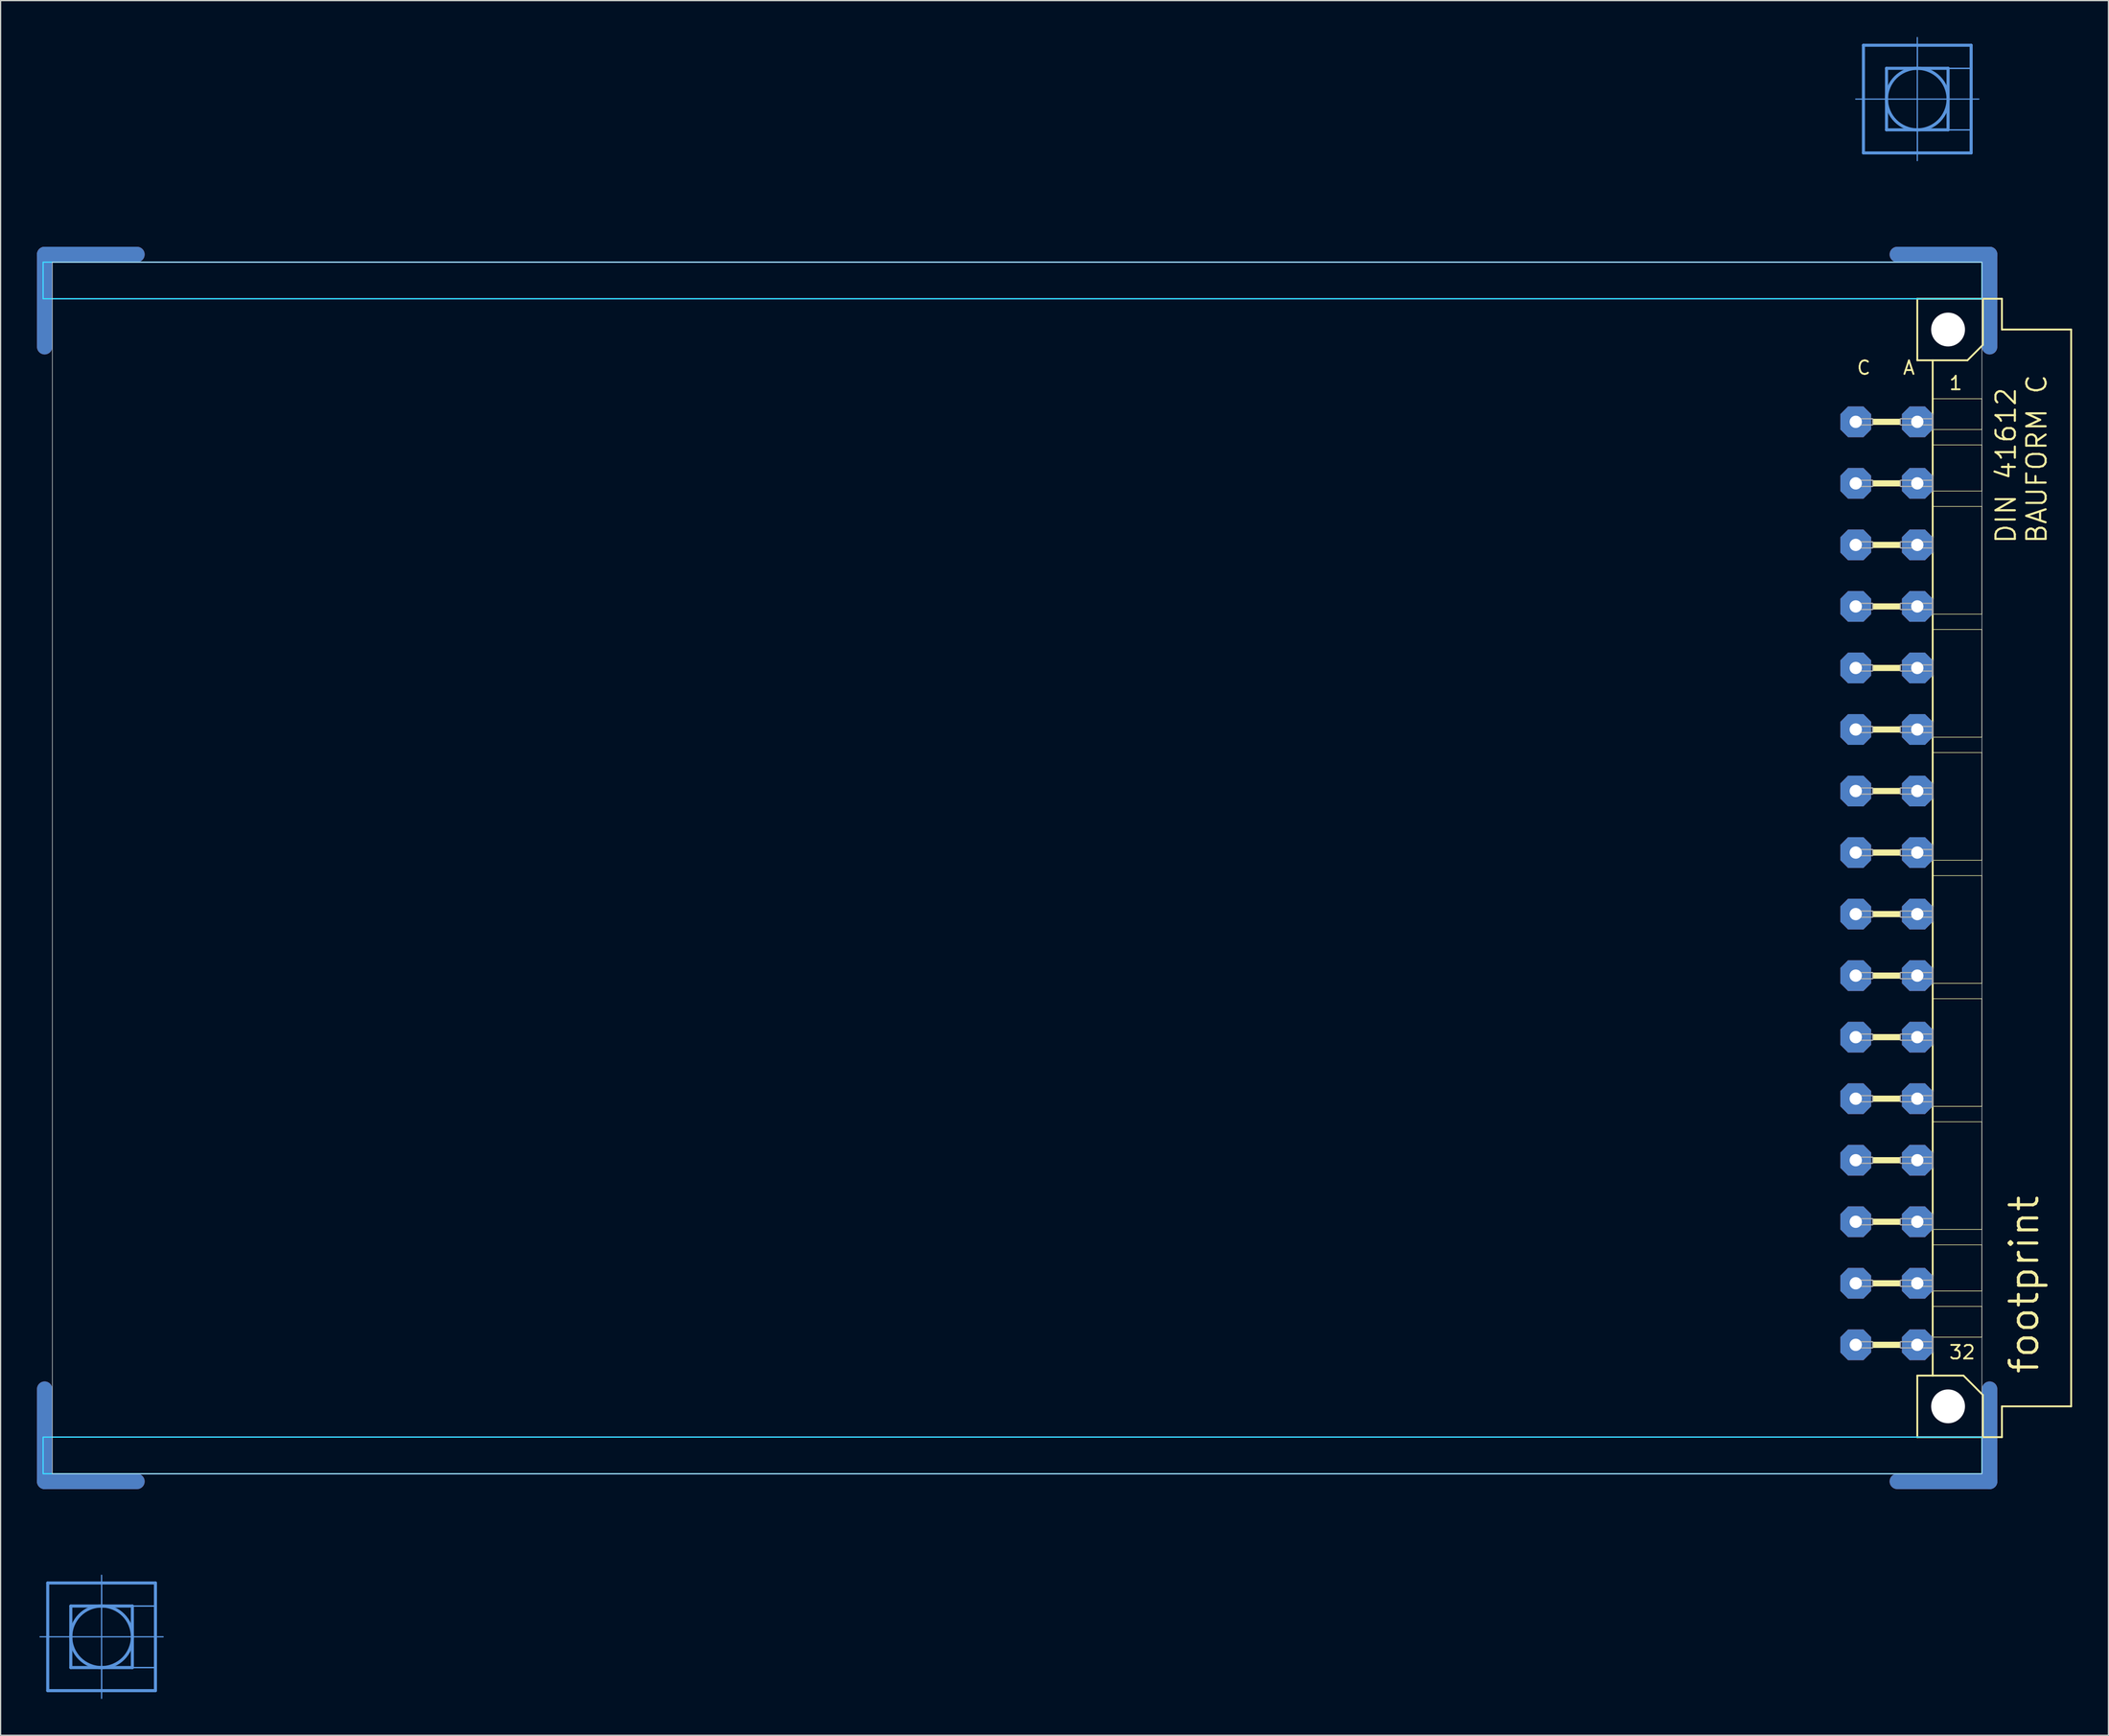
<source format=kicad_pcb>
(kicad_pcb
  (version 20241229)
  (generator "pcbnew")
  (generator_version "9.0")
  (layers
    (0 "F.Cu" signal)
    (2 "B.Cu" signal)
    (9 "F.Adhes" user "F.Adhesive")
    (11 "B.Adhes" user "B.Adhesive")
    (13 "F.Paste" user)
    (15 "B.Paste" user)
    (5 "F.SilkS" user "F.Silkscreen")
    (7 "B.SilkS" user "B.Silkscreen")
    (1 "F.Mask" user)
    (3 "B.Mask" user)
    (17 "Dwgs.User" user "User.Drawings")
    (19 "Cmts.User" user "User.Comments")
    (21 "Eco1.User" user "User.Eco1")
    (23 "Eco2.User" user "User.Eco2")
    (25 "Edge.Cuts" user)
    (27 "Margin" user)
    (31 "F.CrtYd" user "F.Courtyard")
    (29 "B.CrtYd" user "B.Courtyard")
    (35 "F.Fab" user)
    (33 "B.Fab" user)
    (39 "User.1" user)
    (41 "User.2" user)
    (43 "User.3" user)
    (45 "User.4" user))
  (footprint "footprint"
    (layer "F.Cu")
    (at 0.254 68.605)
    (property "Reference" "footprint" (at 165.1 41.91 90) (layer "F.SilkS") (effects (font (size 2.286 2.286) (thickness 0.254)) (justify left bottom)))
    (fp_line (start 0.381 -43.028) (end 0.381 -50.648) (stroke (width 1.27) (type solid)) (layer "F.Cu"))
    (fp_line (start 0.381 43.028) (end 0.381 50.648) (stroke (width 1.27) (type solid)) (layer "F.Cu"))
    (fp_line (start 8.001 -50.648) (end 0.381 -50.648) (stroke (width 1.27) (type solid)) (layer "F.Cu"))
    (fp_line (start 8.001 50.648) (end 0.381 50.648) (stroke (width 1.27) (type solid)) (layer "F.Cu"))
    (fp_line (start 153.289 -50.648) (end 160.909 -50.648) (stroke (width 1.27) (type solid)) (layer "F.Cu"))
    (fp_line (start 153.289 50.648) (end 160.909 50.648) (stroke (width 1.27) (type solid)) (layer "F.Cu"))
    (fp_line (start 160.909 -43.028) (end 160.909 -50.648) (stroke (width 1.27) (type solid)) (layer "F.Cu"))
    (fp_line (start 160.909 43.028) (end 160.909 50.648) (stroke (width 1.27) (type solid)) (layer "F.Cu"))
    (fp_line (start 1.016 -42.393) (end 1.016 -50.013) (stroke (width 0.152) (type solid)) (layer "F.Mask"))
    (fp_line (start 1.016 42.393) (end 1.016 50.013) (stroke (width 0.152) (type solid)) (layer "F.Mask"))
    (fp_line (start 8.636 -50.013) (end 1.016 -50.013) (stroke (width 0.152) (type solid)) (layer "F.Mask"))
    (fp_line (start 8.636 50.013) (end 1.016 50.013) (stroke (width 0.152) (type solid)) (layer "F.Mask"))
    (fp_line (start 152.654 -50.013) (end 160.274 -50.013) (stroke (width 0.152) (type solid)) (layer "F.Mask"))
    (fp_line (start 152.654 50.013) (end 160.274 50.013) (stroke (width 0.152) (type solid)) (layer "F.Mask"))
    (fp_line (start 160.274 -42.393) (end 160.274 -50.013) (stroke (width 0.152) (type solid)) (layer "F.Mask"))
    (fp_line (start 160.274 42.393) (end 160.274 50.013) (stroke (width 0.152) (type solid)) (layer "F.Mask"))
    (fp_line (start 0.381 -43.028) (end 0.381 -50.648) (stroke (width 1.27) (type solid)) (layer "B.Cu"))
    (fp_line (start 0.381 43.028) (end 0.381 50.648) (stroke (width 1.27) (type solid)) (layer "B.Cu"))
    (fp_line (start 8.001 -50.648) (end 0.381 -50.648) (stroke (width 1.27) (type solid)) (layer "B.Cu"))
    (fp_line (start 8.001 50.648) (end 0.381 50.648) (stroke (width 1.27) (type solid)) (layer "B.Cu"))
    (fp_line (start 153.289 -50.648) (end 160.909 -50.648) (stroke (width 1.27) (type solid)) (layer "B.Cu"))
    (fp_line (start 153.289 50.648) (end 160.909 50.648) (stroke (width 1.27) (type solid)) (layer "B.Cu"))
    (fp_line (start 160.909 -43.028) (end 160.909 -50.648) (stroke (width 1.27) (type solid)) (layer "B.Cu"))
    (fp_line (start 160.909 43.028) (end 160.909 50.648) (stroke (width 1.27) (type solid)) (layer "B.Cu"))
    (fp_line (start 1.016 -50.013) (end 8.636 -50.013) (stroke (width 0.152) (type solid)) (layer "B.Mask"))
    (fp_line (start 1.016 -42.393) (end 1.016 -50.013) (stroke (width 0.152) (type solid)) (layer "B.Mask"))
    (fp_line (start 1.016 50.013) (end 1.016 42.393) (stroke (width 0.152) (type solid)) (layer "B.Mask"))
    (fp_line (start 8.636 50.013) (end 1.016 50.013) (stroke (width 0.152) (type solid)) (layer "B.Mask"))
    (fp_line (start 152.654 -50.013) (end 160.274 -50.013) (stroke (width 0.152) (type solid)) (layer "B.Mask"))
    (fp_line (start 160.274 -50.013) (end 160.274 -42.393) (stroke (width 0.152) (type solid)) (layer "B.Mask"))
    (fp_line (start 160.274 42.393) (end 160.274 50.013) (stroke (width 0.152) (type solid)) (layer "B.Mask"))
    (fp_line (start 160.274 50.013) (end 152.654 50.013) (stroke (width 0.152) (type solid)) (layer "B.Mask"))
    (fp_line (start 154.94 -46.99) (end 154.94 -41.91) (stroke (width 0.152) (type solid)) (layer "F.SilkS"))
    (fp_line (start 154.94 -41.91) (end 156.21 -41.91) (stroke (width 0.152) (type solid)) (layer "F.SilkS"))
    (fp_line (start 154.94 41.91) (end 154.94 46.99) (stroke (width 0.152) (type solid)) (layer "F.SilkS"))
    (fp_line (start 154.94 41.91) (end 156.21 41.91) (stroke (width 0.152) (type solid)) (layer "F.SilkS"))
    (fp_line (start 154.94 46.99) (end 160.35 46.99) (stroke (width 0.152) (type solid)) (layer "F.SilkS"))
    (fp_line (start 156.21 -41.91) (end 156.21 -38.735) (stroke (width 0.152) (type solid)) (layer "F.SilkS"))
    (fp_line (start 156.21 -41.91) (end 159.08 -41.91) (stroke (width 0.152) (type solid)) (layer "F.SilkS"))
    (fp_line (start 156.21 -38.735) (end 156.21 -37.465) (stroke (width 0.152) (type solid)) (layer "F.SilkS"))
    (fp_line (start 156.21 -36.195) (end 156.21 -34.925) (stroke (width 0.152) (type solid)) (layer "F.SilkS"))
    (fp_line (start 156.21 -32.385) (end 156.21 -34.925) (stroke (width 0.152) (type solid)) (layer "F.SilkS"))
    (fp_line (start 156.21 -31.115) (end 156.21 -29.845) (stroke (width 0.152) (type solid)) (layer "F.SilkS"))
    (fp_line (start 156.21 -27.305) (end 156.21 -29.845) (stroke (width 0.152) (type solid)) (layer "F.SilkS"))
    (fp_line (start 156.21 -22.225) (end 156.21 -26.035) (stroke (width 0.152) (type solid)) (layer "F.SilkS"))
    (fp_line (start 156.21 -20.955) (end 156.21 -19.685) (stroke (width 0.152) (type solid)) (layer "F.SilkS"))
    (fp_line (start 156.21 -17.145) (end 156.21 -19.685) (stroke (width 0.152) (type solid)) (layer "F.SilkS"))
    (fp_line (start 156.21 -12.065) (end 156.21 -15.875) (stroke (width 0.152) (type solid)) (layer "F.SilkS"))
    (fp_line (start 156.21 -10.795) (end 156.21 -9.525) (stroke (width 0.152) (type solid)) (layer "F.SilkS"))
    (fp_line (start 156.21 -6.985) (end 156.21 -9.525) (stroke (width 0.152) (type solid)) (layer "F.SilkS"))
    (fp_line (start 156.21 -1.905) (end 156.21 -5.715) (stroke (width 0.152) (type solid)) (layer "F.SilkS"))
    (fp_line (start 156.21 -0.635) (end 156.21 0.635) (stroke (width 0.152) (type solid)) (layer "F.SilkS"))
    (fp_line (start 156.21 3.175) (end 156.21 0.635) (stroke (width 0.152) (type solid)) (layer "F.SilkS"))
    (fp_line (start 156.21 8.255) (end 156.21 4.445) (stroke (width 0.152) (type solid)) (layer "F.SilkS"))
    (fp_line (start 156.21 9.525) (end 156.21 10.795) (stroke (width 0.152) (type solid)) (layer "F.SilkS"))
    (fp_line (start 156.21 13.335) (end 156.21 10.795) (stroke (width 0.152) (type solid)) (layer "F.SilkS"))
    (fp_line (start 156.21 18.415) (end 156.21 14.605) (stroke (width 0.152) (type solid)) (layer "F.SilkS"))
    (fp_line (start 156.21 19.685) (end 156.21 20.955) (stroke (width 0.152) (type solid)) (layer "F.SilkS"))
    (fp_line (start 156.21 23.495) (end 156.21 20.955) (stroke (width 0.152) (type solid)) (layer "F.SilkS"))
    (fp_line (start 156.21 28.575) (end 156.21 24.765) (stroke (width 0.152) (type solid)) (layer "F.SilkS"))
    (fp_line (start 156.21 29.845) (end 156.21 31.115) (stroke (width 0.152) (type solid)) (layer "F.SilkS"))
    (fp_line (start 156.21 33.655) (end 156.21 31.115) (stroke (width 0.152) (type solid)) (layer "F.SilkS"))
    (fp_line (start 156.21 34.925) (end 156.21 36.195) (stroke (width 0.152) (type solid)) (layer "F.SilkS"))
    (fp_line (start 156.21 36.195) (end 156.21 38.735) (stroke (width 0.152) (type solid)) (layer "F.SilkS"))
    (fp_line (start 156.21 40.005) (end 156.21 41.91) (stroke (width 0.152) (type solid)) (layer "F.SilkS"))
    (fp_line (start 156.21 41.91) (end 158.75 41.91) (stroke (width 0.152) (type solid)) (layer "F.SilkS"))
    (fp_line (start 159.08 -41.91) (end 160.35 -43.18) (stroke (width 0.152) (type solid)) (layer "F.SilkS"))
    (fp_line (start 160.274 -38.735) (end 156.21 -38.735) (stroke (width 0.051) (type solid)) (layer "F.SilkS"))
    (fp_line (start 160.274 -38.735) (end 160.274 -36.195) (stroke (width 0.051) (type solid)) (layer "F.SilkS"))
    (fp_line (start 160.274 -36.195) (end 156.21 -36.195) (stroke (width 0.051) (type solid)) (layer "F.SilkS"))
    (fp_line (start 160.274 -34.925) (end 156.21 -34.925) (stroke (width 0.051) (type solid)) (layer "F.SilkS"))
    (fp_line (start 160.274 -34.925) (end 160.274 -31.115) (stroke (width 0.051) (type solid)) (layer "F.SilkS"))
    (fp_line (start 160.274 -31.115) (end 156.21 -31.115) (stroke (width 0.051) (type solid)) (layer "F.SilkS"))
    (fp_line (start 160.274 -29.845) (end 156.21 -29.845) (stroke (width 0.051) (type solid)) (layer "F.SilkS"))
    (fp_line (start 160.274 -29.845) (end 160.274 -20.955) (stroke (width 0.051) (type solid)) (layer "F.SilkS"))
    (fp_line (start 160.274 -20.955) (end 156.21 -20.955) (stroke (width 0.051) (type solid)) (layer "F.SilkS"))
    (fp_line (start 160.274 -19.685) (end 156.21 -19.685) (stroke (width 0.051) (type solid)) (layer "F.SilkS"))
    (fp_line (start 160.274 -19.685) (end 160.274 -10.795) (stroke (width 0.051) (type solid)) (layer "F.SilkS"))
    (fp_line (start 160.274 -10.795) (end 156.21 -10.795) (stroke (width 0.051) (type solid)) (layer "F.SilkS"))
    (fp_line (start 160.274 -9.525) (end 156.21 -9.525) (stroke (width 0.051) (type solid)) (layer "F.SilkS"))
    (fp_line (start 160.274 -9.525) (end 160.274 -0.635) (stroke (width 0.051) (type solid)) (layer "F.SilkS"))
    (fp_line (start 160.274 -0.635) (end 156.21 -0.635) (stroke (width 0.051) (type solid)) (layer "F.SilkS"))
    (fp_line (start 160.274 0.635) (end 156.21 0.635) (stroke (width 0.051) (type solid)) (layer "F.SilkS"))
    (fp_line (start 160.274 0.635) (end 160.274 9.525) (stroke (width 0.051) (type solid)) (layer "F.SilkS"))
    (fp_line (start 160.274 9.525) (end 156.21 9.525) (stroke (width 0.051) (type solid)) (layer "F.SilkS"))
    (fp_line (start 160.274 10.795) (end 156.21 10.795) (stroke (width 0.051) (type solid)) (layer "F.SilkS"))
    (fp_line (start 160.274 10.795) (end 160.274 19.685) (stroke (width 0.051) (type solid)) (layer "F.SilkS"))
    (fp_line (start 160.274 19.685) (end 156.21 19.685) (stroke (width 0.051) (type solid)) (layer "F.SilkS"))
    (fp_line (start 160.274 20.955) (end 156.21 20.955) (stroke (width 0.051) (type solid)) (layer "F.SilkS"))
    (fp_line (start 160.274 20.955) (end 160.274 29.845) (stroke (width 0.051) (type solid)) (layer "F.SilkS"))
    (fp_line (start 160.274 29.845) (end 156.21 29.845) (stroke (width 0.051) (type solid)) (layer "F.SilkS"))
    (fp_line (start 160.274 31.115) (end 156.21 31.115) (stroke (width 0.051) (type solid)) (layer "F.SilkS"))
    (fp_line (start 160.274 31.115) (end 160.274 34.925) (stroke (width 0.051) (type solid)) (layer "F.SilkS"))
    (fp_line (start 160.274 34.925) (end 156.21 34.925) (stroke (width 0.051) (type solid)) (layer "F.SilkS"))
    (fp_line (start 160.274 36.195) (end 156.21 36.195) (stroke (width 0.051) (type solid)) (layer "F.SilkS"))
    (fp_line (start 160.274 36.195) (end 160.274 38.735) (stroke (width 0.051) (type solid)) (layer "F.SilkS"))
    (fp_line (start 160.274 38.735) (end 156.21 38.735) (stroke (width 0.051) (type solid)) (layer "F.SilkS"))
    (fp_line (start 160.35 -46.99) (end 154.94 -46.99) (stroke (width 0.152) (type solid)) (layer "F.SilkS"))
    (fp_line (start 160.35 -43.18) (end 160.35 -46.99) (stroke (width 0.152) (type solid)) (layer "F.SilkS"))
    (fp_line (start 160.35 43.51) (end 158.75 41.91) (stroke (width 0.152) (type solid)) (layer "F.SilkS"))
    (fp_line (start 160.35 43.51) (end 160.35 46.99) (stroke (width 0.152) (type solid)) (layer "F.SilkS"))
    (fp_line (start 160.35 46.99) (end 161.925 46.99) (stroke (width 0.152) (type solid)) (layer "F.SilkS"))
    (fp_line (start 161.925 -46.99) (end 160.35 -46.99) (stroke (width 0.152) (type solid)) (layer "F.SilkS"))
    (fp_line (start 161.925 -44.45) (end 161.925 -46.99) (stroke (width 0.152) (type solid)) (layer "F.SilkS"))
    (fp_line (start 161.925 44.45) (end 167.64 44.45) (stroke (width 0.152) (type solid)) (layer "F.SilkS"))
    (fp_line (start 161.925 46.99) (end 161.925 44.45) (stroke (width 0.152) (type solid)) (layer "F.SilkS"))
    (fp_line (start 167.64 -44.45) (end 161.925 -44.45) (stroke (width 0.152) (type solid)) (layer "F.SilkS"))
    (fp_line (start 167.64 44.45) (end 167.64 -44.45) (stroke (width 0.152) (type solid)) (layer "F.SilkS"))
    (fp_circle (center 157.48 -44.45) (end 158.75 -44.45) (stroke (width 0.152) (type solid)) (fill no) (layer "F.SilkS"))
    (fp_circle (center 157.48 44.45) (end 158.75 44.45) (stroke (width 0.152) (type solid)) (fill no) (layer "F.SilkS"))
    (fp_poly (pts (xy 151.257 -36.576) (xy 153.543 -36.576) (xy 153.543 -37.084) (xy 151.257 -37.084)) (stroke (width 0) (type solid)) (fill yes) (layer "F.SilkS"))
    (fp_poly (pts (xy 151.257 -31.496) (xy 153.543 -31.496) (xy 153.543 -32.004) (xy 151.257 -32.004)) (stroke (width 0) (type solid)) (fill yes) (layer "F.SilkS"))
    (fp_poly (pts (xy 151.257 -26.416) (xy 153.543 -26.416) (xy 153.543 -26.924) (xy 151.257 -26.924)) (stroke (width 0) (type solid)) (fill yes) (layer "F.SilkS"))
    (fp_poly (pts (xy 151.257 -21.336) (xy 153.543 -21.336) (xy 153.543 -21.844) (xy 151.257 -21.844)) (stroke (width 0) (type solid)) (fill yes) (layer "F.SilkS"))
    (fp_poly (pts (xy 151.257 -16.256) (xy 153.543 -16.256) (xy 153.543 -16.764) (xy 151.257 -16.764)) (stroke (width 0) (type solid)) (fill yes) (layer "F.SilkS"))
    (fp_poly (pts (xy 151.257 -11.176) (xy 153.543 -11.176) (xy 153.543 -11.684) (xy 151.257 -11.684)) (stroke (width 0) (type solid)) (fill yes) (layer "F.SilkS"))
    (fp_poly (pts (xy 151.257 -6.096) (xy 153.543 -6.096) (xy 153.543 -6.604) (xy 151.257 -6.604)) (stroke (width 0) (type solid)) (fill yes) (layer "F.SilkS"))
    (fp_poly (pts (xy 151.257 -1.016) (xy 153.543 -1.016) (xy 153.543 -1.524) (xy 151.257 -1.524)) (stroke (width 0) (type solid)) (fill yes) (layer "F.SilkS"))
    (fp_poly (pts (xy 151.257 4.064) (xy 153.543 4.064) (xy 153.543 3.556) (xy 151.257 3.556)) (stroke (width 0) (type solid)) (fill yes) (layer "F.SilkS"))
    (fp_poly (pts (xy 151.257 9.144) (xy 153.543 9.144) (xy 153.543 8.636) (xy 151.257 8.636)) (stroke (width 0) (type solid)) (fill yes) (layer "F.SilkS"))
    (fp_poly (pts (xy 151.257 14.224) (xy 153.543 14.224) (xy 153.543 13.716) (xy 151.257 13.716)) (stroke (width 0) (type solid)) (fill yes) (layer "F.SilkS"))
    (fp_poly (pts (xy 151.257 19.304) (xy 153.543 19.304) (xy 153.543 18.796) (xy 151.257 18.796)) (stroke (width 0) (type solid)) (fill yes) (layer "F.SilkS"))
    (fp_poly (pts (xy 151.257 24.384) (xy 153.543 24.384) (xy 153.543 23.876) (xy 151.257 23.876)) (stroke (width 0) (type solid)) (fill yes) (layer "F.SilkS"))
    (fp_poly (pts (xy 151.257 29.464) (xy 153.543 29.464) (xy 153.543 28.956) (xy 151.257 28.956)) (stroke (width 0) (type solid)) (fill yes) (layer "F.SilkS"))
    (fp_poly (pts (xy 151.257 34.544) (xy 153.543 34.544) (xy 153.543 34.036) (xy 151.257 34.036)) (stroke (width 0) (type solid)) (fill yes) (layer "F.SilkS"))
    (fp_poly (pts (xy 151.257 39.624) (xy 153.543 39.624) (xy 153.543 39.116) (xy 151.257 39.116)) (stroke (width 0) (type solid)) (fill yes) (layer "F.SilkS"))
    (fp_line (start 0 63.475) (end 0.635 63.475) (stroke (width 0.102) (type solid)) (layer "Cmts.User"))
    (fp_line (start 0.635 59.03) (end 9.525 59.03) (stroke (width 0.254) (type solid)) (layer "Cmts.User"))
    (fp_line (start 0.635 63.475) (end 0.635 59.03) (stroke (width 0.254) (type solid)) (layer "Cmts.User"))
    (fp_line (start 0.635 63.475) (end 10.16 63.475) (stroke (width 0.102) (type solid)) (layer "Cmts.User"))
    (fp_line (start 0.635 67.92) (end 0.635 63.475) (stroke (width 0.254) (type solid)) (layer "Cmts.User"))
    (fp_line (start 2.54 60.935) (end 2.54 66.015) (stroke (width 0.254) (type solid)) (layer "Cmts.User"))
    (fp_line (start 2.54 66.015) (end 7.62 66.015) (stroke (width 0.254) (type solid)) (layer "Cmts.User"))
    (fp_line (start 5.08 68.555) (end 5.08 58.395) (stroke (width 0.102) (type solid)) (layer "Cmts.User"))
    (fp_line (start 7.62 60.935) (end 2.54 60.935) (stroke (width 0.254) (type solid)) (layer "Cmts.User"))
    (fp_line (start 7.62 66.015) (end 7.62 60.935) (stroke (width 0.254) (type solid)) (layer "Cmts.User"))
    (fp_line (start 9.525 59.03) (end 9.525 67.92) (stroke (width 0.254) (type solid)) (layer "Cmts.User"))
    (fp_line (start 9.525 67.92) (end 0.635 67.92) (stroke (width 0.254) (type solid)) (layer "Cmts.User"))
    (fp_line (start 149.86 -63.475) (end 150.495 -63.475) (stroke (width 0.102) (type solid)) (layer "Cmts.User"))
    (fp_line (start 150.495 -67.92) (end 159.385 -67.92) (stroke (width 0.254) (type solid)) (layer "Cmts.User"))
    (fp_line (start 150.495 -63.475) (end 150.495 -67.92) (stroke (width 0.254) (type solid)) (layer "Cmts.User"))
    (fp_line (start 150.495 -63.475) (end 160.02 -63.475) (stroke (width 0.102) (type solid)) (layer "Cmts.User"))
    (fp_line (start 150.495 -59.03) (end 150.495 -63.475) (stroke (width 0.254) (type solid)) (layer "Cmts.User"))
    (fp_line (start 152.4 -66.015) (end 152.4 -60.935) (stroke (width 0.254) (type solid)) (layer "Cmts.User"))
    (fp_line (start 152.4 -60.935) (end 157.48 -60.935) (stroke (width 0.254) (type solid)) (layer "Cmts.User"))
    (fp_line (start 154.94 -58.395) (end 154.94 -68.555) (stroke (width 0.102) (type solid)) (layer "Cmts.User"))
    (fp_line (start 157.48 -66.015) (end 152.4 -66.015) (stroke (width 0.254) (type solid)) (layer "Cmts.User"))
    (fp_line (start 157.48 -60.935) (end 157.48 -66.015) (stroke (width 0.254) (type solid)) (layer "Cmts.User"))
    (fp_line (start 159.385 -67.92) (end 159.385 -59.03) (stroke (width 0.254) (type solid)) (layer "Cmts.User"))
    (fp_line (start 159.385 -59.03) (end 150.495 -59.03) (stroke (width 0.254) (type solid)) (layer "Cmts.User"))
    (fp_circle (center 5.08 63.475) (end 7.62 63.475) (stroke (width 0.254) (type solid)) (fill no) (layer "Cmts.User"))
    (fp_circle (center 154.94 -63.475) (end 157.48 -63.475) (stroke (width 0.254) (type solid)) (fill no) (layer "Cmts.User"))
    (fp_poly (pts (xy 5.08 60.935) (xy 9.525 60.935) (xy 9.525 59.03) (xy 5.08 59.03)) (stroke (width 0.1) (type solid)) (fill no) (layer "Cmts.User"))
    (fp_poly (pts (xy 5.08 67.92) (xy 9.525 67.92) (xy 9.525 66.015) (xy 5.08 66.015)) (stroke (width 0.1) (type solid)) (fill no) (layer "Cmts.User"))
    (fp_poly (pts (xy 7.62 66.015) (xy 9.525 66.015) (xy 9.525 60.935) (xy 7.62 60.935)) (stroke (width 0.1) (type solid)) (fill no) (layer "Cmts.User"))
    (fp_poly (pts (xy 154.94 -66.015) (xy 159.385 -66.015) (xy 159.385 -67.92) (xy 154.94 -67.92)) (stroke (width 0.1) (type solid)) (fill no) (layer "Cmts.User"))
    (fp_poly (pts (xy 154.94 -59.03) (xy 159.385 -59.03) (xy 159.385 -60.935) (xy 154.94 -60.935)) (stroke (width 0.1) (type solid)) (fill no) (layer "Cmts.User"))
    (fp_poly (pts (xy 157.48 -60.935) (xy 159.385 -60.935) (xy 159.385 -66.015) (xy 157.48 -66.015)) (stroke (width 0.1) (type solid)) (fill no) (layer "Cmts.User"))
    (fp_line (start 1.016 -50.013) (end 1.016 50.013) (stroke (width 0.05) (type solid)) (layer "Edge.Cuts"))
    (fp_line (start 1.016 50.013) (end 160.274 50.013) (stroke (width 0.05) (type solid)) (layer "Edge.Cuts"))
    (fp_line (start 160.274 -50.013) (end 1.016 -50.013) (stroke (width 0.05) (type solid)) (layer "Edge.Cuts"))
    (fp_line (start 160.274 50.013) (end 160.274 -50.013) (stroke (width 0.05) (type solid)) (layer "Edge.Cuts"))
    (fp_line (start 160.274 -50.013) (end 160.274 -46.99) (stroke (width 0.051) (type solid)) (layer "B.CrtYd"))
    (fp_line (start 160.274 50.013) (end 160.274 46.99) (stroke (width 0.051) (type solid)) (layer "B.CrtYd"))
    (fp_poly (pts (xy 0.254 -46.99) (xy 160.274 -46.99) (xy 160.274 -50.013) (xy 0.254 -50.013)) (stroke (width 0.1) (type solid)) (fill no) (layer "B.CrtYd"))
    (fp_poly (pts (xy 0.254 50.013) (xy 160.274 50.013) (xy 160.274 46.99) (xy 0.254 46.99)) (stroke (width 0.1) (type solid)) (fill no) (layer "B.CrtYd"))
    (fp_line (start 160.274 -50.013) (end 160.274 -46.99) (stroke (width 0.051) (type solid)) (layer "F.CrtYd"))
    (fp_line (start 160.274 50.013) (end 160.274 46.99) (stroke (width 0.051) (type solid)) (layer "F.CrtYd"))
    (fp_poly (pts (xy 0.254 -46.99) (xy 160.274 -46.99) (xy 160.274 -50.013) (xy 0.254 -50.013)) (stroke (width 0.1) (type solid)) (fill no) (layer "F.CrtYd"))
    (fp_poly (pts (xy 0.254 50.013) (xy 160.274 50.013) (xy 160.274 46.99) (xy 0.254 46.99)) (stroke (width 0.1) (type solid)) (fill no) (layer "F.CrtYd"))
    (fp_line (start 156.21 -36.195) (end 156.21 -37.465) (stroke (width 0.152) (type solid)) (layer "F.Fab"))
    (fp_line (start 156.21 -31.115) (end 156.21 -32.385) (stroke (width 0.152) (type solid)) (layer "F.Fab"))
    (fp_line (start 156.21 -26.035) (end 156.21 -27.305) (stroke (width 0.152) (type solid)) (layer "F.Fab"))
    (fp_line (start 156.21 -20.955) (end 156.21 -22.225) (stroke (width 0.152) (type solid)) (layer "F.Fab"))
    (fp_line (start 156.21 -15.875) (end 156.21 -17.145) (stroke (width 0.152) (type solid)) (layer "F.Fab"))
    (fp_line (start 156.21 -10.795) (end 156.21 -12.065) (stroke (width 0.152) (type solid)) (layer "F.Fab"))
    (fp_line (start 156.21 -5.715) (end 156.21 -6.985) (stroke (width 0.152) (type solid)) (layer "F.Fab"))
    (fp_line (start 156.21 -0.635) (end 156.21 -1.905) (stroke (width 0.152) (type solid)) (layer "F.Fab"))
    (fp_line (start 156.21 4.445) (end 156.21 3.175) (stroke (width 0.152) (type solid)) (layer "F.Fab"))
    (fp_line (start 156.21 9.525) (end 156.21 8.255) (stroke (width 0.152) (type solid)) (layer "F.Fab"))
    (fp_line (start 156.21 14.605) (end 156.21 13.335) (stroke (width 0.152) (type solid)) (layer "F.Fab"))
    (fp_line (start 156.21 19.685) (end 156.21 18.415) (stroke (width 0.152) (type solid)) (layer "F.Fab"))
    (fp_line (start 156.21 24.765) (end 156.21 23.495) (stroke (width 0.152) (type solid)) (layer "F.Fab"))
    (fp_line (start 156.21 29.845) (end 156.21 28.575) (stroke (width 0.152) (type solid)) (layer "F.Fab"))
    (fp_line (start 156.21 34.925) (end 156.21 33.655) (stroke (width 0.152) (type solid)) (layer "F.Fab"))
    (fp_line (start 156.21 40.005) (end 156.21 38.735) (stroke (width 0.152) (type solid)) (layer "F.Fab"))
    (fp_poly (pts (xy 149.606 -36.576) (xy 151.257 -36.576) (xy 151.257 -37.084) (xy 149.606 -37.084)) (stroke (width 0.1) (type solid)) (fill no) (layer "F.Fab"))
    (fp_poly (pts (xy 149.606 -31.496) (xy 151.257 -31.496) (xy 151.257 -32.004) (xy 149.606 -32.004)) (stroke (width 0.1) (type solid)) (fill no) (layer "F.Fab"))
    (fp_poly (pts (xy 149.606 -26.416) (xy 151.257 -26.416) (xy 151.257 -26.924) (xy 149.606 -26.924)) (stroke (width 0.1) (type solid)) (fill no) (layer "F.Fab"))
    (fp_poly (pts (xy 149.606 -21.336) (xy 151.257 -21.336) (xy 151.257 -21.844) (xy 149.606 -21.844)) (stroke (width 0.1) (type solid)) (fill no) (layer "F.Fab"))
    (fp_poly (pts (xy 149.606 -16.256) (xy 151.257 -16.256) (xy 151.257 -16.764) (xy 149.606 -16.764)) (stroke (width 0.1) (type solid)) (fill no) (layer "F.Fab"))
    (fp_poly (pts (xy 149.606 -11.176) (xy 151.257 -11.176) (xy 151.257 -11.684) (xy 149.606 -11.684)) (stroke (width 0.1) (type solid)) (fill no) (layer "F.Fab"))
    (fp_poly (pts (xy 149.606 -6.096) (xy 151.257 -6.096) (xy 151.257 -6.604) (xy 149.606 -6.604)) (stroke (width 0.1) (type solid)) (fill no) (layer "F.Fab"))
    (fp_poly (pts (xy 149.606 -1.016) (xy 151.257 -1.016) (xy 151.257 -1.524) (xy 149.606 -1.524)) (stroke (width 0.1) (type solid)) (fill no) (layer "F.Fab"))
    (fp_poly (pts (xy 149.606 4.064) (xy 151.257 4.064) (xy 151.257 3.556) (xy 149.606 3.556)) (stroke (width 0.1) (type solid)) (fill no) (layer "F.Fab"))
    (fp_poly (pts (xy 149.606 9.144) (xy 151.257 9.144) (xy 151.257 8.636) (xy 149.606 8.636)) (stroke (width 0.1) (type solid)) (fill no) (layer "F.Fab"))
    (fp_poly (pts (xy 149.606 14.224) (xy 151.257 14.224) (xy 151.257 13.716) (xy 149.606 13.716)) (stroke (width 0.1) (type solid)) (fill no) (layer "F.Fab"))
    (fp_poly (pts (xy 149.606 19.304) (xy 151.257 19.304) (xy 151.257 18.796) (xy 149.606 18.796)) (stroke (width 0.1) (type solid)) (fill no) (layer "F.Fab"))
    (fp_poly (pts (xy 149.606 24.384) (xy 151.257 24.384) (xy 151.257 23.876) (xy 149.606 23.876)) (stroke (width 0.1) (type solid)) (fill no) (layer "F.Fab"))
    (fp_poly (pts (xy 149.606 29.464) (xy 151.257 29.464) (xy 151.257 28.956) (xy 149.606 28.956)) (stroke (width 0.1) (type solid)) (fill no) (layer "F.Fab"))
    (fp_poly (pts (xy 149.606 34.544) (xy 151.257 34.544) (xy 151.257 34.036) (xy 149.606 34.036)) (stroke (width 0.1) (type solid)) (fill no) (layer "F.Fab"))
    (fp_poly (pts (xy 149.606 39.624) (xy 151.257 39.624) (xy 151.257 39.116) (xy 149.606 39.116)) (stroke (width 0.1) (type solid)) (fill no) (layer "F.Fab"))
    (fp_poly (pts (xy 153.543 -36.576) (xy 156.21 -36.576) (xy 156.21 -37.084) (xy 153.543 -37.084)) (stroke (width 0.1) (type solid)) (fill no) (layer "F.Fab"))
    (fp_poly (pts (xy 153.543 -31.496) (xy 156.21 -31.496) (xy 156.21 -32.004) (xy 153.543 -32.004)) (stroke (width 0.1) (type solid)) (fill no) (layer "F.Fab"))
    (fp_poly (pts (xy 153.543 -26.416) (xy 156.21 -26.416) (xy 156.21 -26.924) (xy 153.543 -26.924)) (stroke (width 0.1) (type solid)) (fill no) (layer "F.Fab"))
    (fp_poly (pts (xy 153.543 -21.336) (xy 156.21 -21.336) (xy 156.21 -21.844) (xy 153.543 -21.844)) (stroke (width 0.1) (type solid)) (fill no) (layer "F.Fab"))
    (fp_poly (pts (xy 153.543 -16.256) (xy 156.21 -16.256) (xy 156.21 -16.764) (xy 153.543 -16.764)) (stroke (width 0.1) (type solid)) (fill no) (layer "F.Fab"))
    (fp_poly (pts (xy 153.543 -11.176) (xy 156.21 -11.176) (xy 156.21 -11.684) (xy 153.543 -11.684)) (stroke (width 0.1) (type solid)) (fill no) (layer "F.Fab"))
    (fp_poly (pts (xy 153.543 -6.096) (xy 156.21 -6.096) (xy 156.21 -6.604) (xy 153.543 -6.604)) (stroke (width 0.1) (type solid)) (fill no) (layer "F.Fab"))
    (fp_poly (pts (xy 153.543 -1.016) (xy 156.21 -1.016) (xy 156.21 -1.524) (xy 153.543 -1.524)) (stroke (width 0.1) (type solid)) (fill no) (layer "F.Fab"))
    (fp_poly (pts (xy 153.543 4.064) (xy 156.21 4.064) (xy 156.21 3.556) (xy 153.543 3.556)) (stroke (width 0.1) (type solid)) (fill no) (layer "F.Fab"))
    (fp_poly (pts (xy 153.543 9.144) (xy 156.21 9.144) (xy 156.21 8.636) (xy 153.543 8.636)) (stroke (width 0.1) (type solid)) (fill no) (layer "F.Fab"))
    (fp_poly (pts (xy 153.543 14.224) (xy 156.21 14.224) (xy 156.21 13.716) (xy 153.543 13.716)) (stroke (width 0.1) (type solid)) (fill no) (layer "F.Fab"))
    (fp_poly (pts (xy 153.543 19.304) (xy 156.21 19.304) (xy 156.21 18.796) (xy 153.543 18.796)) (stroke (width 0.1) (type solid)) (fill no) (layer "F.Fab"))
    (fp_poly (pts (xy 153.543 24.384) (xy 156.21 24.384) (xy 156.21 23.876) (xy 153.543 23.876)) (stroke (width 0.1) (type solid)) (fill no) (layer "F.Fab"))
    (fp_poly (pts (xy 153.543 29.464) (xy 156.21 29.464) (xy 156.21 28.956) (xy 153.543 28.956)) (stroke (width 0.1) (type solid)) (fill no) (layer "F.Fab"))
    (fp_poly (pts (xy 153.543 34.544) (xy 156.21 34.544) (xy 156.21 34.036) (xy 153.543 34.036)) (stroke (width 0.1) (type solid)) (fill no) (layer "F.Fab"))
    (fp_poly (pts (xy 153.543 39.624) (xy 156.21 39.624) (xy 156.21 39.116) (xy 153.543 39.116)) (stroke (width 0.1) (type solid)) (fill no) (layer "F.Fab"))
    (fp_text user "1" (at 157.48 -39.37 0) (layer "F.SilkS") (effects (font (size 1.118 1.118) (thickness 0.152)) (justify left bottom)))
    (fp_text user "C" (at 149.86 -40.64 0) (layer "F.SilkS") (effects (font (size 1.118 1.118) (thickness 0.152)) (justify left bottom)))
    (fp_text user "32" (at 157.48 40.64 0) (layer "F.SilkS") (effects (font (size 1.118 1.118) (thickness 0.152)) (justify left bottom)))
    (fp_text user "BAUFORM C" (at 165.735 -26.67 90) (layer "F.SilkS") (effects (font (size 1.6 1.6) (thickness 0.178)) (justify left bottom)))
    (fp_text user "A" (at 153.67 -40.64 0) (layer "F.SilkS") (effects (font (size 1.118 1.118) (thickness 0.152)) (justify left bottom)))
    (fp_text user "DIN 41612" (at 163.195 -26.67 90) (layer "F.SilkS") (effects (font (size 1.6 1.6) (thickness 0.178)) (justify left bottom)))
    (pad "" np_thru_hole circle (at 157.48 -44.45) (size 2.794 2.794) (drill 2.794) (layers "*.Cu" "*.Mask"))
    (pad "" np_thru_hole circle (at 157.48 44.45) (size 2.794 2.794) (drill 2.794) (layers "*.Cu" "*.Mask"))
    (pad "A2" thru_hole roundrect (at 154.94 -36.83) (size 2.54 2.54) (drill 1.016) (layers "*.Cu" "*.Mask") (roundrect_rratio 0.25) (chamfer_ratio 0.25) (chamfer top_left top_right bottom_left bottom_right))
    (pad "A4" thru_hole roundrect (at 154.94 -31.75) (size 2.54 2.54) (drill 1.016) (layers "*.Cu" "*.Mask") (roundrect_rratio 0.25) (chamfer_ratio 0.25) (chamfer top_left top_right bottom_left bottom_right))
    (pad "A6" thru_hole roundrect (at 154.94 -26.67) (size 2.54 2.54) (drill 1.016) (layers "*.Cu" "*.Mask") (roundrect_rratio 0.25) (chamfer_ratio 0.25) (chamfer top_left top_right bottom_left bottom_right))
    (pad "A8" thru_hole roundrect (at 154.94 -21.59) (size 2.54 2.54) (drill 1.016) (layers "*.Cu" "*.Mask") (roundrect_rratio 0.25) (chamfer_ratio 0.25) (chamfer top_left top_right bottom_left bottom_right))
    (pad "A10" thru_hole roundrect (at 154.94 -16.51) (size 2.54 2.54) (drill 1.016) (layers "*.Cu" "*.Mask") (roundrect_rratio 0.25) (chamfer_ratio 0.25) (chamfer top_left top_right bottom_left bottom_right))
    (pad "A12" thru_hole roundrect (at 154.94 -11.43) (size 2.54 2.54) (drill 1.016) (layers "*.Cu" "*.Mask") (roundrect_rratio 0.25) (chamfer_ratio 0.25) (chamfer top_left top_right bottom_left bottom_right))
    (pad "A14" thru_hole roundrect (at 154.94 -6.35) (size 2.54 2.54) (drill 1.016) (layers "*.Cu" "*.Mask") (roundrect_rratio 0.25) (chamfer_ratio 0.25) (chamfer top_left top_right bottom_left bottom_right))
    (pad "A16" thru_hole roundrect (at 154.94 -1.27) (size 2.54 2.54) (drill 1.016) (layers "*.Cu" "*.Mask") (roundrect_rratio 0.25) (chamfer_ratio 0.25) (chamfer top_left top_right bottom_left bottom_right))
    (pad "A18" thru_hole roundrect (at 154.94 3.81) (size 2.54 2.54) (drill 1.016) (layers "*.Cu" "*.Mask") (roundrect_rratio 0.25) (chamfer_ratio 0.25) (chamfer top_left top_right bottom_left bottom_right))
    (pad "A20" thru_hole roundrect (at 154.94 8.89) (size 2.54 2.54) (drill 1.016) (layers "*.Cu" "*.Mask") (roundrect_rratio 0.25) (chamfer_ratio 0.25) (chamfer top_left top_right bottom_left bottom_right))
    (pad "A22" thru_hole roundrect (at 154.94 13.97) (size 2.54 2.54) (drill 1.016) (layers "*.Cu" "*.Mask") (roundrect_rratio 0.25) (chamfer_ratio 0.25) (chamfer top_left top_right bottom_left bottom_right))
    (pad "A24" thru_hole roundrect (at 154.94 19.05) (size 2.54 2.54) (drill 1.016) (layers "*.Cu" "*.Mask") (roundrect_rratio 0.25) (chamfer_ratio 0.25) (chamfer top_left top_right bottom_left bottom_right))
    (pad "A26" thru_hole roundrect (at 154.94 24.13) (size 2.54 2.54) (drill 1.016) (layers "*.Cu" "*.Mask") (roundrect_rratio 0.25) (chamfer_ratio 0.25) (chamfer top_left top_right bottom_left bottom_right))
    (pad "A28" thru_hole roundrect (at 154.94 29.21) (size 2.54 2.54) (drill 1.016) (layers "*.Cu" "*.Mask") (roundrect_rratio 0.25) (chamfer_ratio 0.25) (chamfer top_left top_right bottom_left bottom_right))
    (pad "A30" thru_hole roundrect (at 154.94 34.29) (size 2.54 2.54) (drill 1.016) (layers "*.Cu" "*.Mask") (roundrect_rratio 0.25) (chamfer_ratio 0.25) (chamfer top_left top_right bottom_left bottom_right))
    (pad "A32" thru_hole roundrect (at 154.94 39.37) (size 2.54 2.54) (drill 1.016) (layers "*.Cu" "*.Mask") (roundrect_rratio 0.25) (chamfer_ratio 0.25) (chamfer top_left top_right bottom_left bottom_right))
    (pad "C2" thru_hole roundrect (at 149.86 -36.83) (size 2.54 2.54) (drill 1.016) (layers "*.Cu" "*.Mask") (roundrect_rratio 0.25) (chamfer_ratio 0.25) (chamfer top_left top_right bottom_left bottom_right))
    (pad "C4" thru_hole roundrect (at 149.86 -31.75) (size 2.54 2.54) (drill 1.016) (layers "*.Cu" "*.Mask") (roundrect_rratio 0.25) (chamfer_ratio 0.25) (chamfer top_left top_right bottom_left bottom_right))
    (pad "C6" thru_hole roundrect (at 149.86 -26.67) (size 2.54 2.54) (drill 1.016) (layers "*.Cu" "*.Mask") (roundrect_rratio 0.25) (chamfer_ratio 0.25) (chamfer top_left top_right bottom_left bottom_right))
    (pad "C8" thru_hole roundrect (at 149.86 -21.59) (size 2.54 2.54) (drill 1.016) (layers "*.Cu" "*.Mask") (roundrect_rratio 0.25) (chamfer_ratio 0.25) (chamfer top_left top_right bottom_left bottom_right))
    (pad "C10" thru_hole roundrect (at 149.86 -16.51) (size 2.54 2.54) (drill 1.016) (layers "*.Cu" "*.Mask") (roundrect_rratio 0.25) (chamfer_ratio 0.25) (chamfer top_left top_right bottom_left bottom_right))
    (pad "C12" thru_hole roundrect (at 149.86 -11.43) (size 2.54 2.54) (drill 1.016) (layers "*.Cu" "*.Mask") (roundrect_rratio 0.25) (chamfer_ratio 0.25) (chamfer top_left top_right bottom_left bottom_right))
    (pad "C14" thru_hole roundrect (at 149.86 -6.35) (size 2.54 2.54) (drill 1.016) (layers "*.Cu" "*.Mask") (roundrect_rratio 0.25) (chamfer_ratio 0.25) (chamfer top_left top_right bottom_left bottom_right))
    (pad "C16" thru_hole roundrect (at 149.86 -1.27) (size 2.54 2.54) (drill 1.016) (layers "*.Cu" "*.Mask") (roundrect_rratio 0.25) (chamfer_ratio 0.25) (chamfer top_left top_right bottom_left bottom_right))
    (pad "C18" thru_hole roundrect (at 149.86 3.81) (size 2.54 2.54) (drill 1.016) (layers "*.Cu" "*.Mask") (roundrect_rratio 0.25) (chamfer_ratio 0.25) (chamfer top_left top_right bottom_left bottom_right))
    (pad "C20" thru_hole roundrect (at 149.86 8.89) (size 2.54 2.54) (drill 1.016) (layers "*.Cu" "*.Mask") (roundrect_rratio 0.25) (chamfer_ratio 0.25) (chamfer top_left top_right bottom_left bottom_right))
    (pad "C22" thru_hole roundrect (at 149.86 13.97) (size 2.54 2.54) (drill 1.016) (layers "*.Cu" "*.Mask") (roundrect_rratio 0.25) (chamfer_ratio 0.25) (chamfer top_left top_right bottom_left bottom_right))
    (pad "C24" thru_hole roundrect (at 149.86 19.05) (size 2.54 2.54) (drill 1.016) (layers "*.Cu" "*.Mask") (roundrect_rratio 0.25) (chamfer_ratio 0.25) (chamfer top_left top_right bottom_left bottom_right))
    (pad "C26" thru_hole roundrect (at 149.86 24.13) (size 2.54 2.54) (drill 1.016) (layers "*.Cu" "*.Mask") (roundrect_rratio 0.25) (chamfer_ratio 0.25) (chamfer top_left top_right bottom_left bottom_right))
    (pad "C28" thru_hole roundrect (at 149.86 29.21) (size 2.54 2.54) (drill 1.016) (layers "*.Cu" "*.Mask") (roundrect_rratio 0.25) (chamfer_ratio 0.25) (chamfer top_left top_right bottom_left bottom_right))
    (pad "C30" thru_hole roundrect (at 149.86 34.29) (size 2.54 2.54) (drill 1.016) (layers "*.Cu" "*.Mask") (roundrect_rratio 0.25) (chamfer_ratio 0.25) (chamfer top_left top_right bottom_left bottom_right))
    (pad "C32" thru_hole roundrect (at 149.86 39.37) (size 2.54 2.54) (drill 1.016) (layers "*.Cu" "*.Mask") (roundrect_rratio 0.25) (chamfer_ratio 0.25) (chamfer top_left top_right bottom_left bottom_right))
    (zone (net_name "") (layers "F.Cu" "B.Cu") (hatch edge 0.508) (connect_pads) (min_thickness 0.254) (filled_areas_thickness no) (keepout (tracks allowed) (vias not_allowed) (pads allowed) (copperpour allowed) (footprints allowed)) (placement (enabled no)) (fill) (polygon (pts (xy 0.508 21.615) (xy 160.528 21.615) (xy 160.528 18.593) (xy 0.508 18.593))))
    (zone (net_name "") (layers "F.Cu" "B.Cu") (hatch edge 0.508) (connect_pads) (min_thickness 0.254) (filled_areas_thickness no) (keepout (tracks allowed) (vias not_allowed) (pads allowed) (copperpour allowed) (footprints allowed)) (placement (enabled no)) (fill) (polygon (pts (xy 0.508 118.618) (xy 160.528 118.618) (xy 160.528 115.595) (xy 0.508 115.595))))
    (zone (net_name "") (layers "F.Cu" "B.Cu") (hatch edge 0.508) (connect_pads) (min_thickness 0.254) (filled_areas_thickness no) (keepout (tracks allowed) (vias not_allowed) (pads allowed) (copperpour allowed) (footprints allowed)) (placement (enabled no)) (fill) (polygon (pts (xy 160.02 24.155) (xy 159.985 23.758) (xy 159.882 23.374) (xy 159.714 23.012) (xy 159.485 22.686) (xy 159.203 22.404) (xy 158.877 22.176) (xy 158.516 22.007) (xy 158.131 21.904) (xy 157.734 21.869) (xy 157.337 21.904) (xy 156.952 22.007) (xy 156.591 22.176) (xy 156.265 22.404) (xy 155.983 22.686) (xy 155.754 23.012) (xy 155.586 23.374) (xy 155.483 23.758) (xy 155.448 24.155) (xy 155.483 24.552) (xy 155.586 24.937) (xy 155.754 25.298) (xy 155.983 25.625) (xy 156.265 25.907) (xy 156.591 26.135) (xy 156.952 26.304) (xy 157.337 26.407) (xy 157.734 26.441) (xy 158.131 26.407) (xy 158.516 26.304) (xy 158.877 26.135) (xy 159.203 25.907) (xy 159.485 25.625) (xy 159.714 25.298) (xy 159.882 24.937) (xy 159.985 24.552))))
    (zone (net_name "") (layers "F.Cu" "B.Cu") (hatch edge 0.508) (connect_pads) (min_thickness 0.254) (filled_areas_thickness no) (keepout (tracks allowed) (vias not_allowed) (pads allowed) (copperpour allowed) (footprints allowed)) (placement (enabled no)) (fill) (polygon (pts (xy 160.02 113.055) (xy 159.985 112.658) (xy 159.882 112.274) (xy 159.714 111.912) (xy 159.485 111.586) (xy 159.203 111.304) (xy 158.877 111.076) (xy 158.516 110.907) (xy 158.131 110.804) (xy 157.734 110.769) (xy 157.337 110.804) (xy 156.952 110.907) (xy 156.591 111.076) (xy 156.265 111.304) (xy 155.983 111.586) (xy 155.754 111.912) (xy 155.586 112.274) (xy 155.483 112.658) (xy 155.448 113.055) (xy 155.483 113.452) (xy 155.586 113.837) (xy 155.754 114.198) (xy 155.983 114.525) (xy 156.265 114.807) (xy 156.591 115.035) (xy 156.952 115.204) (xy 157.337 115.307) (xy 157.734 115.341) (xy 158.131 115.307) (xy 158.516 115.204) (xy 158.877 115.035) (xy 159.203 114.807) (xy 159.485 114.525) (xy 159.714 114.198) (xy 159.882 113.837) (xy 159.985 113.452))))
    (zone (net_name "") (layer "B.Cu") (hatch edge 0.508) (connect_pads) (min_thickness 0.254) (filled_areas_thickness no) (keepout (tracks not_allowed) (vias not_allowed) (pads not_allowed) (copperpour not_allowed) (footprints allowed)) (placement (enabled no)) (fill) (polygon (pts (xy 160.02 24.155) (xy 159.985 23.758) (xy 159.882 23.374) (xy 159.714 23.012) (xy 159.485 22.686) (xy 159.203 22.404) (xy 158.877 22.176) (xy 158.516 22.007) (xy 158.131 21.904) (xy 157.734 21.869) (xy 157.337 21.904) (xy 156.952 22.007) (xy 156.591 22.176) (xy 156.265 22.404) (xy 155.983 22.686) (xy 155.754 23.012) (xy 155.586 23.374) (xy 155.483 23.758) (xy 155.448 24.155) (xy 155.483 24.552) (xy 155.586 24.937) (xy 155.754 25.298) (xy 155.983 25.625) (xy 156.265 25.907) (xy 156.591 26.135) (xy 156.952 26.304) (xy 157.337 26.407) (xy 157.734 26.441) (xy 158.131 26.407) (xy 158.516 26.304) (xy 158.877 26.135) (xy 159.203 25.907) (xy 159.485 25.625) (xy 159.714 25.298) (xy 159.882 24.937) (xy 159.985 24.552))))
    (zone (net_name "") (layer "B.Cu") (hatch edge 0.508) (connect_pads) (min_thickness 0.254) (filled_areas_thickness no) (keepout (tracks not_allowed) (vias not_allowed) (pads not_allowed) (copperpour not_allowed) (footprints allowed)) (placement (enabled no)) (fill) (polygon (pts (xy 160.02 113.055) (xy 159.985 112.658) (xy 159.882 112.274) (xy 159.714 111.912) (xy 159.485 111.586) (xy 159.203 111.304) (xy 158.877 111.076) (xy 158.516 110.907) (xy 158.131 110.804) (xy 157.734 110.769) (xy 157.337 110.804) (xy 156.952 110.907) (xy 156.591 111.076) (xy 156.265 111.304) (xy 155.983 111.586) (xy 155.754 111.912) (xy 155.586 112.274) (xy 155.483 112.658) (xy 155.448 113.055) (xy 155.483 113.452) (xy 155.586 113.837) (xy 155.754 114.198) (xy 155.983 114.525) (xy 156.265 114.807) (xy 156.591 115.035) (xy 156.952 115.204) (xy 157.337 115.307) (xy 157.734 115.341) (xy 158.131 115.307) (xy 158.516 115.204) (xy 158.877 115.035) (xy 159.203 114.807) (xy 159.485 114.525) (xy 159.714 114.198) (xy 159.882 113.837) (xy 159.985 113.452)))))
  (gr_rect
    (start -3 -3)
    (end 170.97 140.211)
    (stroke (width 0.1) (type default))
    (fill no)
    (layer "Edge.Cuts")))
</source>
